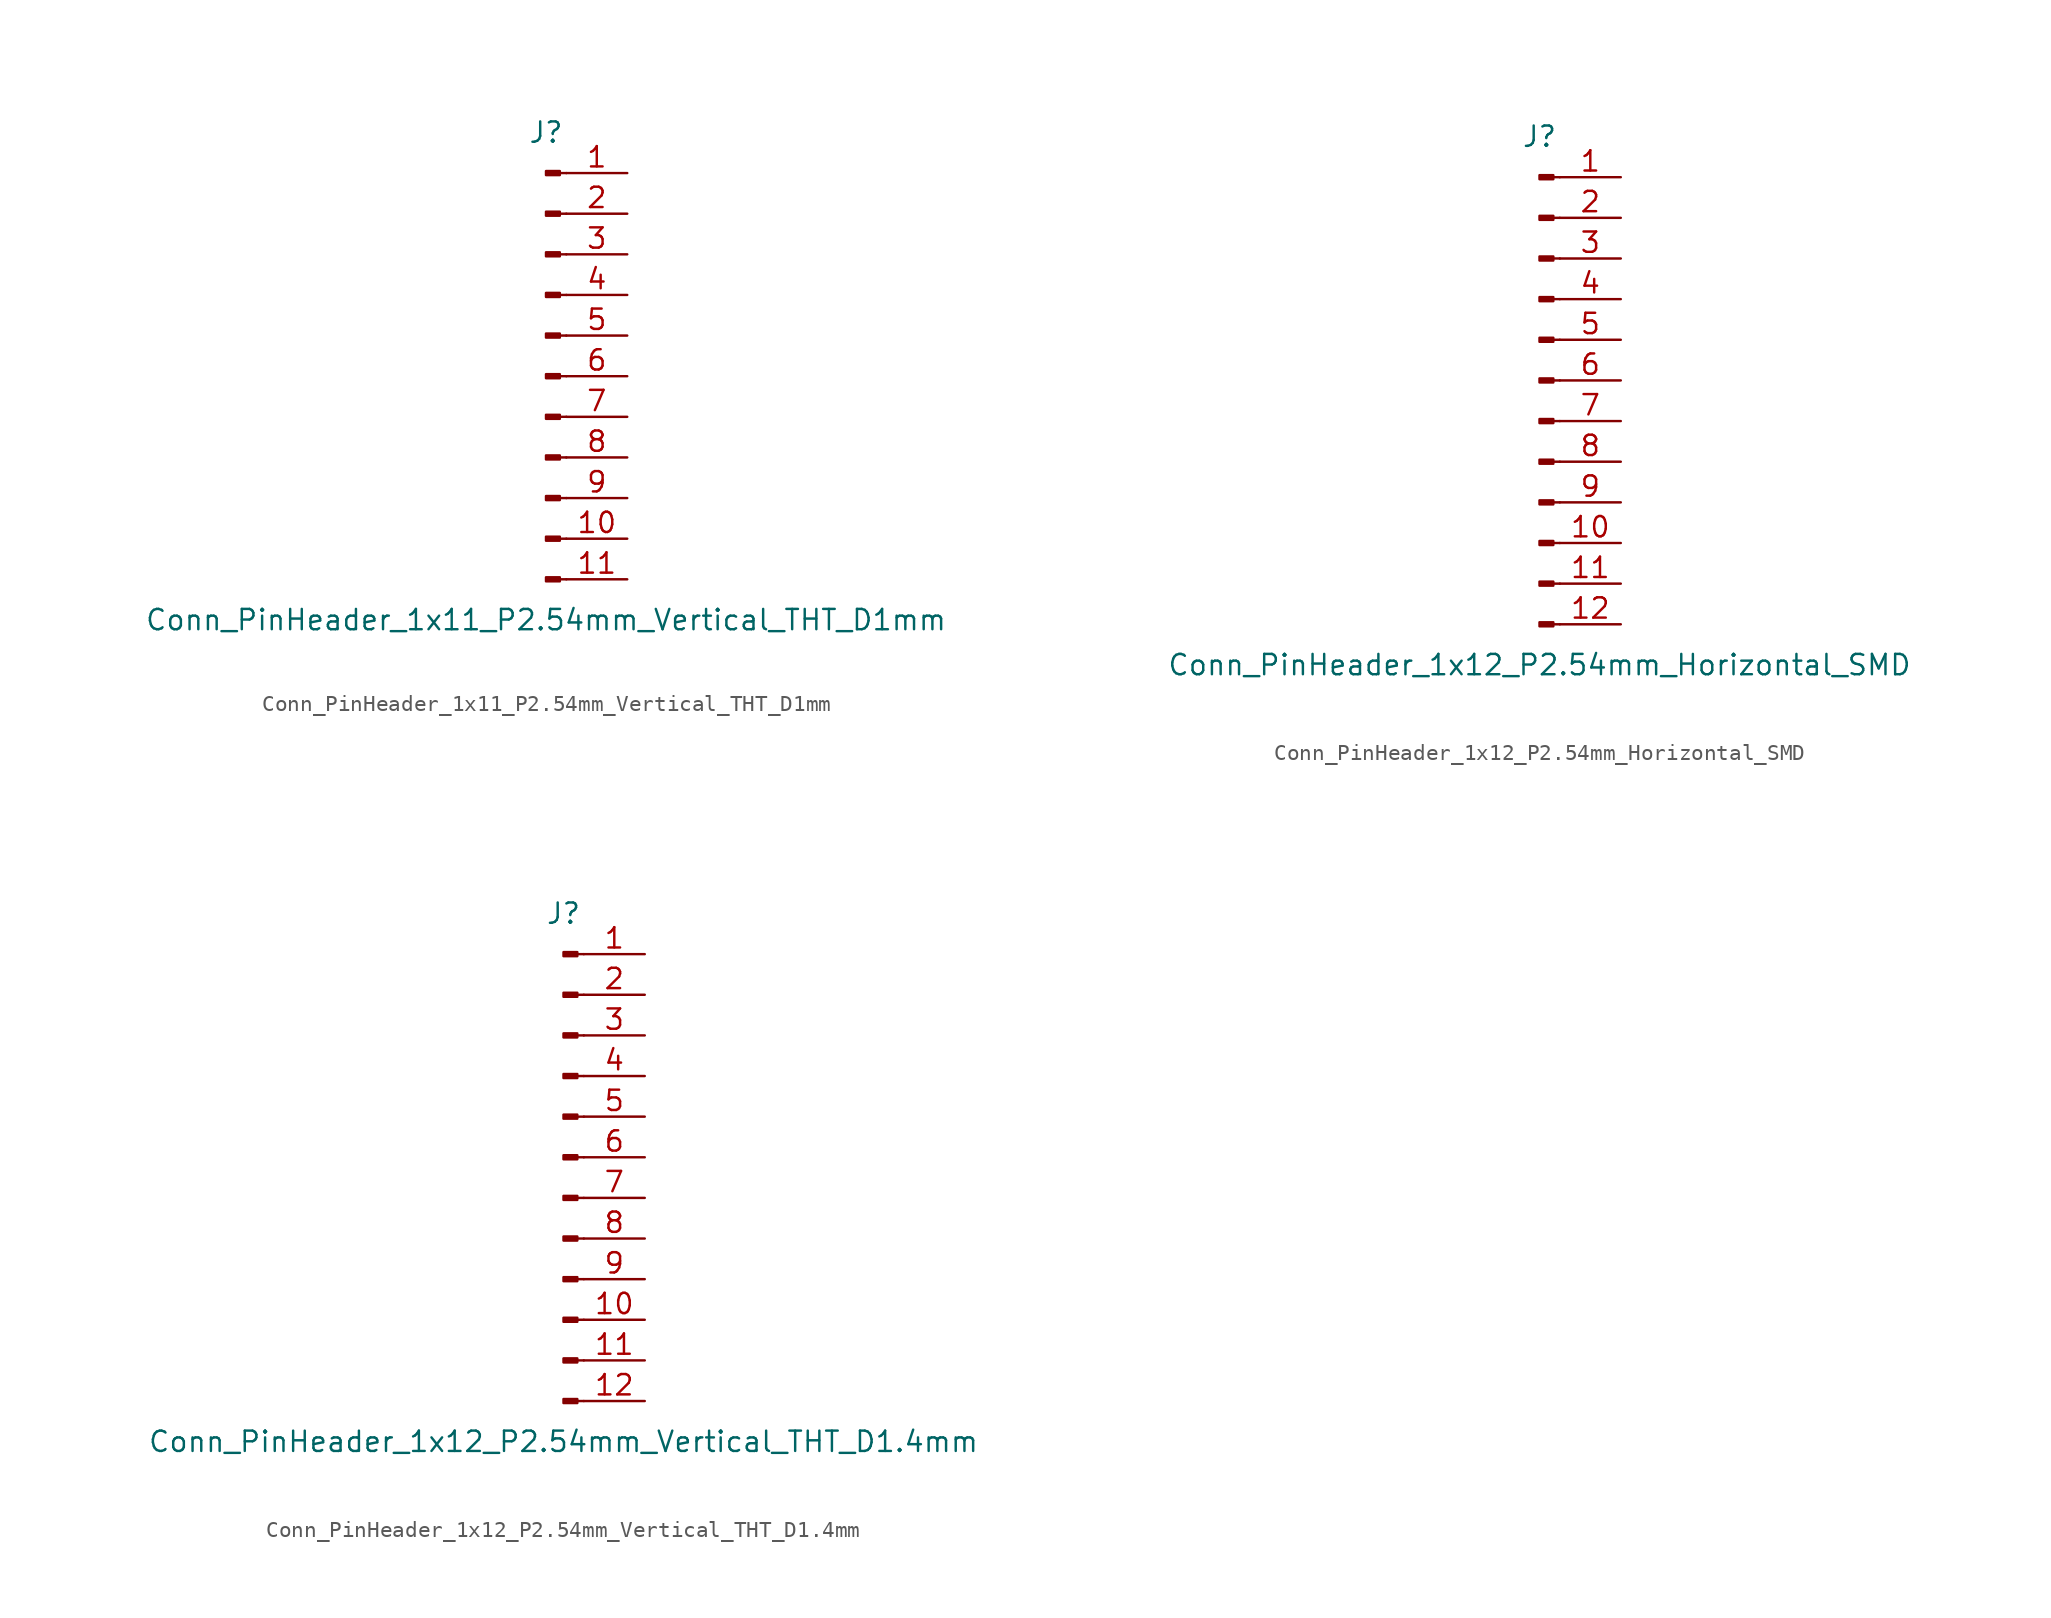
<source format=kicad_sym>
(kicad_symbol_lib
  (version 20211014)
  (generator kicad_symbol_editor)
  (symbol "Conn_PinHeader_1x11_P2.54mm_Vertical_THT_D1mm"
    (pin_names
      (offset 1.016) hide)
    (property "Reference" "J"
      (at 0 15.24 0)
      (effects (font (size 1.27 1.27))))
    (property "Value" "Conn_PinHeader_1x11_P2.54mm_Vertical_THT_D1mm"
      (at 0 -15.24 0)
      (effects (font (size 1.27 1.27))))
    (symbol "Conn_PinHeader_1x11_P2.54mm_Vertical_THT_D1mm_1_1"
      (polyline (pts (xy 1.27 -12.7) (xy 0.864 -12.7)) (stroke (width 0.152) (type default) (color 0 0 0 0)) (fill (type none)))
      (polyline (pts (xy 1.27 -10.16) (xy 0.864 -10.16)) (stroke (width 0.152) (type default) (color 0 0 0 0)) (fill (type none)))
      (polyline (pts (xy 1.27 -7.62) (xy 0.864 -7.62)) (stroke (width 0.152) (type default) (color 0 0 0 0)) (fill (type none)))
      (polyline (pts (xy 1.27 -5.08) (xy 0.864 -5.08)) (stroke (width 0.152) (type default) (color 0 0 0 0)) (fill (type none)))
      (polyline (pts (xy 1.27 -2.54) (xy 0.864 -2.54)) (stroke (width 0.152) (type default) (color 0 0 0 0)) (fill (type none)))
      (polyline (pts (xy 1.27 0) (xy 0.864 0)) (stroke (width 0.152) (type default) (color 0 0 0 0)) (fill (type none)))
      (polyline (pts (xy 1.27 2.54) (xy 0.864 2.54)) (stroke (width 0.152) (type default) (color 0 0 0 0)) (fill (type none)))
      (polyline (pts (xy 1.27 5.08) (xy 0.864 5.08)) (stroke (width 0.152) (type default) (color 0 0 0 0)) (fill (type none)))
      (polyline (pts (xy 1.27 7.62) (xy 0.864 7.62)) (stroke (width 0.152) (type default) (color 0 0 0 0)) (fill (type none)))
      (polyline (pts (xy 1.27 10.16) (xy 0.864 10.16)) (stroke (width 0.152) (type default) (color 0 0 0 0)) (fill (type none)))
      (polyline (pts (xy 1.27 12.7) (xy 0.864 12.7)) (stroke (width 0.152) (type default) (color 0 0 0 0)) (fill (type none)))
      (rectangle (start 0.864 -12.573) (end 0 -12.827) (stroke (width 0.152) (type default) (color 0 0 0 0)) (fill (type outline)))
      (rectangle (start 0.864 -10.033) (end 0 -10.287) (stroke (width 0.152) (type default) (color 0 0 0 0)) (fill (type outline)))
      (rectangle (start 0.864 -7.493) (end 0 -7.747) (stroke (width 0.152) (type default) (color 0 0 0 0)) (fill (type outline)))
      (rectangle (start 0.864 -4.953) (end 0 -5.207) (stroke (width 0.152) (type default) (color 0 0 0 0)) (fill (type outline)))
      (rectangle (start 0.864 -2.413) (end 0 -2.667) (stroke (width 0.152) (type default) (color 0 0 0 0)) (fill (type outline)))
      (rectangle (start 0.864 0.127) (end 0 -0.127) (stroke (width 0.152) (type default) (color 0 0 0 0)) (fill (type outline)))
      (rectangle (start 0.864 2.667) (end 0 2.413) (stroke (width 0.152) (type default) (color 0 0 0 0)) (fill (type outline)))
      (rectangle (start 0.864 5.207) (end 0 4.953) (stroke (width 0.152) (type default) (color 0 0 0 0)) (fill (type outline)))
      (rectangle (start 0.864 7.747) (end 0 7.493) (stroke (width 0.152) (type default) (color 0 0 0 0)) (fill (type outline)))
      (rectangle (start 0.864 10.287) (end 0 10.033) (stroke (width 0.152) (type default) (color 0 0 0 0)) (fill (type outline)))
      (rectangle (start 0.864 12.827) (end 0 12.573) (stroke (width 0.152) (type default) (color 0 0 0 0)) (fill (type outline)))
      (pin passive line (at 5.08 12.7 180) (length 3.81) (name "Pin_1" (effects (font (size 1.27 1.27)))) (number "1" (effects (font (size 1.27 1.27)))))
      (pin passive line (at 5.08 -10.16 180) (length 3.81) (name "Pin_10" (effects (font (size 1.27 1.27)))) (number "10" (effects (font (size 1.27 1.27)))))
      (pin passive line (at 5.08 -12.7 180) (length 3.81) (name "Pin_11" (effects (font (size 1.27 1.27)))) (number "11" (effects (font (size 1.27 1.27)))))
      (pin passive line (at 5.08 10.16 180) (length 3.81) (name "Pin_2" (effects (font (size 1.27 1.27)))) (number "2" (effects (font (size 1.27 1.27)))))
      (pin passive line (at 5.08 7.62 180) (length 3.81) (name "Pin_3" (effects (font (size 1.27 1.27)))) (number "3" (effects (font (size 1.27 1.27)))))
      (pin passive line (at 5.08 5.08 180) (length 3.81) (name "Pin_4" (effects (font (size 1.27 1.27)))) (number "4" (effects (font (size 1.27 1.27)))))
      (pin passive line (at 5.08 2.54 180) (length 3.81) (name "Pin_5" (effects (font (size 1.27 1.27)))) (number "5" (effects (font (size 1.27 1.27)))))
      (pin passive line (at 5.08 0 180) (length 3.81) (name "Pin_6" (effects (font (size 1.27 1.27)))) (number "6" (effects (font (size 1.27 1.27)))))
      (pin passive line (at 5.08 -2.54 180) (length 3.81) (name "Pin_7" (effects (font (size 1.27 1.27)))) (number "7" (effects (font (size 1.27 1.27)))))
      (pin passive line (at 5.08 -5.08 180) (length 3.81) (name "Pin_8" (effects (font (size 1.27 1.27)))) (number "8" (effects (font (size 1.27 1.27)))))
      (pin passive line (at 5.08 -7.62 180) (length 3.81) (name "Pin_9" (effects (font (size 1.27 1.27)))) (number "9" (effects (font (size 1.27 1.27)))))))
  (symbol "Conn_PinHeader_1x12_P2.54mm_Horizontal_SMD"
    (pin_names
      (offset 1.016) hide)
    (property "Reference" "J"
      (at 0 15.24 0)
      (effects (font (size 1.27 1.27))))
    (property "Value" "Conn_PinHeader_1x12_P2.54mm_Horizontal_SMD"
      (at 0 -17.78 0)
      (effects (font (size 1.27 1.27))))
    (symbol "Conn_PinHeader_1x12_P2.54mm_Horizontal_SMD_1_1"
      (polyline (pts (xy 1.27 -15.24) (xy 0.864 -15.24)) (stroke (width 0.152) (type default) (color 0 0 0 0)) (fill (type none)))
      (polyline (pts (xy 1.27 -12.7) (xy 0.864 -12.7)) (stroke (width 0.152) (type default) (color 0 0 0 0)) (fill (type none)))
      (polyline (pts (xy 1.27 -10.16) (xy 0.864 -10.16)) (stroke (width 0.152) (type default) (color 0 0 0 0)) (fill (type none)))
      (polyline (pts (xy 1.27 -7.62) (xy 0.864 -7.62)) (stroke (width 0.152) (type default) (color 0 0 0 0)) (fill (type none)))
      (polyline (pts (xy 1.27 -5.08) (xy 0.864 -5.08)) (stroke (width 0.152) (type default) (color 0 0 0 0)) (fill (type none)))
      (polyline (pts (xy 1.27 -2.54) (xy 0.864 -2.54)) (stroke (width 0.152) (type default) (color 0 0 0 0)) (fill (type none)))
      (polyline (pts (xy 1.27 0) (xy 0.864 0)) (stroke (width 0.152) (type default) (color 0 0 0 0)) (fill (type none)))
      (polyline (pts (xy 1.27 2.54) (xy 0.864 2.54)) (stroke (width 0.152) (type default) (color 0 0 0 0)) (fill (type none)))
      (polyline (pts (xy 1.27 5.08) (xy 0.864 5.08)) (stroke (width 0.152) (type default) (color 0 0 0 0)) (fill (type none)))
      (polyline (pts (xy 1.27 7.62) (xy 0.864 7.62)) (stroke (width 0.152) (type default) (color 0 0 0 0)) (fill (type none)))
      (polyline (pts (xy 1.27 10.16) (xy 0.864 10.16)) (stroke (width 0.152) (type default) (color 0 0 0 0)) (fill (type none)))
      (polyline (pts (xy 1.27 12.7) (xy 0.864 12.7)) (stroke (width 0.152) (type default) (color 0 0 0 0)) (fill (type none)))
      (rectangle (start 0.864 -15.113) (end 0 -15.367) (stroke (width 0.152) (type default) (color 0 0 0 0)) (fill (type outline)))
      (rectangle (start 0.864 -12.573) (end 0 -12.827) (stroke (width 0.152) (type default) (color 0 0 0 0)) (fill (type outline)))
      (rectangle (start 0.864 -10.033) (end 0 -10.287) (stroke (width 0.152) (type default) (color 0 0 0 0)) (fill (type outline)))
      (rectangle (start 0.864 -7.493) (end 0 -7.747) (stroke (width 0.152) (type default) (color 0 0 0 0)) (fill (type outline)))
      (rectangle (start 0.864 -4.953) (end 0 -5.207) (stroke (width 0.152) (type default) (color 0 0 0 0)) (fill (type outline)))
      (rectangle (start 0.864 -2.413) (end 0 -2.667) (stroke (width 0.152) (type default) (color 0 0 0 0)) (fill (type outline)))
      (rectangle (start 0.864 0.127) (end 0 -0.127) (stroke (width 0.152) (type default) (color 0 0 0 0)) (fill (type outline)))
      (rectangle (start 0.864 2.667) (end 0 2.413) (stroke (width 0.152) (type default) (color 0 0 0 0)) (fill (type outline)))
      (rectangle (start 0.864 5.207) (end 0 4.953) (stroke (width 0.152) (type default) (color 0 0 0 0)) (fill (type outline)))
      (rectangle (start 0.864 7.747) (end 0 7.493) (stroke (width 0.152) (type default) (color 0 0 0 0)) (fill (type outline)))
      (rectangle (start 0.864 10.287) (end 0 10.033) (stroke (width 0.152) (type default) (color 0 0 0 0)) (fill (type outline)))
      (rectangle (start 0.864 12.827) (end 0 12.573) (stroke (width 0.152) (type default) (color 0 0 0 0)) (fill (type outline)))
      (pin passive line (at 5.08 12.7 180) (length 3.81) (name "Pin_1" (effects (font (size 1.27 1.27)))) (number "1" (effects (font (size 1.27 1.27)))))
      (pin passive line (at 5.08 -10.16 180) (length 3.81) (name "Pin_10" (effects (font (size 1.27 1.27)))) (number "10" (effects (font (size 1.27 1.27)))))
      (pin passive line (at 5.08 -12.7 180) (length 3.81) (name "Pin_11" (effects (font (size 1.27 1.27)))) (number "11" (effects (font (size 1.27 1.27)))))
      (pin passive line (at 5.08 -15.24 180) (length 3.81) (name "Pin_12" (effects (font (size 1.27 1.27)))) (number "12" (effects (font (size 1.27 1.27)))))
      (pin passive line (at 5.08 10.16 180) (length 3.81) (name "Pin_2" (effects (font (size 1.27 1.27)))) (number "2" (effects (font (size 1.27 1.27)))))
      (pin passive line (at 5.08 7.62 180) (length 3.81) (name "Pin_3" (effects (font (size 1.27 1.27)))) (number "3" (effects (font (size 1.27 1.27)))))
      (pin passive line (at 5.08 5.08 180) (length 3.81) (name "Pin_4" (effects (font (size 1.27 1.27)))) (number "4" (effects (font (size 1.27 1.27)))))
      (pin passive line (at 5.08 2.54 180) (length 3.81) (name "Pin_5" (effects (font (size 1.27 1.27)))) (number "5" (effects (font (size 1.27 1.27)))))
      (pin passive line (at 5.08 0 180) (length 3.81) (name "Pin_6" (effects (font (size 1.27 1.27)))) (number "6" (effects (font (size 1.27 1.27)))))
      (pin passive line (at 5.08 -2.54 180) (length 3.81) (name "Pin_7" (effects (font (size 1.27 1.27)))) (number "7" (effects (font (size 1.27 1.27)))))
      (pin passive line (at 5.08 -5.08 180) (length 3.81) (name "Pin_8" (effects (font (size 1.27 1.27)))) (number "8" (effects (font (size 1.27 1.27)))))
      (pin passive line (at 5.08 -7.62 180) (length 3.81) (name "Pin_9" (effects (font (size 1.27 1.27)))) (number "9" (effects (font (size 1.27 1.27)))))))
  (symbol "Conn_PinHeader_1x12_P2.54mm_Vertical_THT_D1.4mm"
    (pin_names
      (offset 1.016) hide)
    (property "Reference" "J"
      (at 0 15.24 0)
      (effects (font (size 1.27 1.27))))
    (property "Value" "Conn_PinHeader_1x12_P2.54mm_Vertical_THT_D1.4mm"
      (at 0 -17.78 0)
      (effects (font (size 1.27 1.27))))
    (symbol "Conn_PinHeader_1x12_P2.54mm_Vertical_THT_D1.4mm_1_1"
      (polyline (pts (xy 1.27 -15.24) (xy 0.864 -15.24)) (stroke (width 0.152) (type default) (color 0 0 0 0)) (fill (type none)))
      (polyline (pts (xy 1.27 -12.7) (xy 0.864 -12.7)) (stroke (width 0.152) (type default) (color 0 0 0 0)) (fill (type none)))
      (polyline (pts (xy 1.27 -10.16) (xy 0.864 -10.16)) (stroke (width 0.152) (type default) (color 0 0 0 0)) (fill (type none)))
      (polyline (pts (xy 1.27 -7.62) (xy 0.864 -7.62)) (stroke (width 0.152) (type default) (color 0 0 0 0)) (fill (type none)))
      (polyline (pts (xy 1.27 -5.08) (xy 0.864 -5.08)) (stroke (width 0.152) (type default) (color 0 0 0 0)) (fill (type none)))
      (polyline (pts (xy 1.27 -2.54) (xy 0.864 -2.54)) (stroke (width 0.152) (type default) (color 0 0 0 0)) (fill (type none)))
      (polyline (pts (xy 1.27 0) (xy 0.864 0)) (stroke (width 0.152) (type default) (color 0 0 0 0)) (fill (type none)))
      (polyline (pts (xy 1.27 2.54) (xy 0.864 2.54)) (stroke (width 0.152) (type default) (color 0 0 0 0)) (fill (type none)))
      (polyline (pts (xy 1.27 5.08) (xy 0.864 5.08)) (stroke (width 0.152) (type default) (color 0 0 0 0)) (fill (type none)))
      (polyline (pts (xy 1.27 7.62) (xy 0.864 7.62)) (stroke (width 0.152) (type default) (color 0 0 0 0)) (fill (type none)))
      (polyline (pts (xy 1.27 10.16) (xy 0.864 10.16)) (stroke (width 0.152) (type default) (color 0 0 0 0)) (fill (type none)))
      (polyline (pts (xy 1.27 12.7) (xy 0.864 12.7)) (stroke (width 0.152) (type default) (color 0 0 0 0)) (fill (type none)))
      (rectangle (start 0.864 -15.113) (end 0 -15.367) (stroke (width 0.152) (type default) (color 0 0 0 0)) (fill (type outline)))
      (rectangle (start 0.864 -12.573) (end 0 -12.827) (stroke (width 0.152) (type default) (color 0 0 0 0)) (fill (type outline)))
      (rectangle (start 0.864 -10.033) (end 0 -10.287) (stroke (width 0.152) (type default) (color 0 0 0 0)) (fill (type outline)))
      (rectangle (start 0.864 -7.493) (end 0 -7.747) (stroke (width 0.152) (type default) (color 0 0 0 0)) (fill (type outline)))
      (rectangle (start 0.864 -4.953) (end 0 -5.207) (stroke (width 0.152) (type default) (color 0 0 0 0)) (fill (type outline)))
      (rectangle (start 0.864 -2.413) (end 0 -2.667) (stroke (width 0.152) (type default) (color 0 0 0 0)) (fill (type outline)))
      (rectangle (start 0.864 0.127) (end 0 -0.127) (stroke (width 0.152) (type default) (color 0 0 0 0)) (fill (type outline)))
      (rectangle (start 0.864 2.667) (end 0 2.413) (stroke (width 0.152) (type default) (color 0 0 0 0)) (fill (type outline)))
      (rectangle (start 0.864 5.207) (end 0 4.953) (stroke (width 0.152) (type default) (color 0 0 0 0)) (fill (type outline)))
      (rectangle (start 0.864 7.747) (end 0 7.493) (stroke (width 0.152) (type default) (color 0 0 0 0)) (fill (type outline)))
      (rectangle (start 0.864 10.287) (end 0 10.033) (stroke (width 0.152) (type default) (color 0 0 0 0)) (fill (type outline)))
      (rectangle (start 0.864 12.827) (end 0 12.573) (stroke (width 0.152) (type default) (color 0 0 0 0)) (fill (type outline)))
      (pin passive line (at 5.08 12.7 180) (length 3.81) (name "Pin_1" (effects (font (size 1.27 1.27)))) (number "1" (effects (font (size 1.27 1.27)))))
      (pin passive line (at 5.08 -10.16 180) (length 3.81) (name "Pin_10" (effects (font (size 1.27 1.27)))) (number "10" (effects (font (size 1.27 1.27)))))
      (pin passive line (at 5.08 -12.7 180) (length 3.81) (name "Pin_11" (effects (font (size 1.27 1.27)))) (number "11" (effects (font (size 1.27 1.27)))))
      (pin passive line (at 5.08 -15.24 180) (length 3.81) (name "Pin_12" (effects (font (size 1.27 1.27)))) (number "12" (effects (font (size 1.27 1.27)))))
      (pin passive line (at 5.08 10.16 180) (length 3.81) (name "Pin_2" (effects (font (size 1.27 1.27)))) (number "2" (effects (font (size 1.27 1.27)))))
      (pin passive line (at 5.08 7.62 180) (length 3.81) (name "Pin_3" (effects (font (size 1.27 1.27)))) (number "3" (effects (font (size 1.27 1.27)))))
      (pin passive line (at 5.08 5.08 180) (length 3.81) (name "Pin_4" (effects (font (size 1.27 1.27)))) (number "4" (effects (font (size 1.27 1.27)))))
      (pin passive line (at 5.08 2.54 180) (length 3.81) (name "Pin_5" (effects (font (size 1.27 1.27)))) (number "5" (effects (font (size 1.27 1.27)))))
      (pin passive line (at 5.08 0 180) (length 3.81) (name "Pin_6" (effects (font (size 1.27 1.27)))) (number "6" (effects (font (size 1.27 1.27)))))
      (pin passive line (at 5.08 -2.54 180) (length 3.81) (name "Pin_7" (effects (font (size 1.27 1.27)))) (number "7" (effects (font (size 1.27 1.27)))))
      (pin passive line (at 5.08 -5.08 180) (length 3.81) (name "Pin_8" (effects (font (size 1.27 1.27)))) (number "8" (effects (font (size 1.27 1.27)))))
      (pin passive line (at 5.08 -7.62 180) (length 3.81) (name "Pin_9" (effects (font (size 1.27 1.27)))) (number "9" (effects (font (size 1.27 1.27))))))))
</source>
